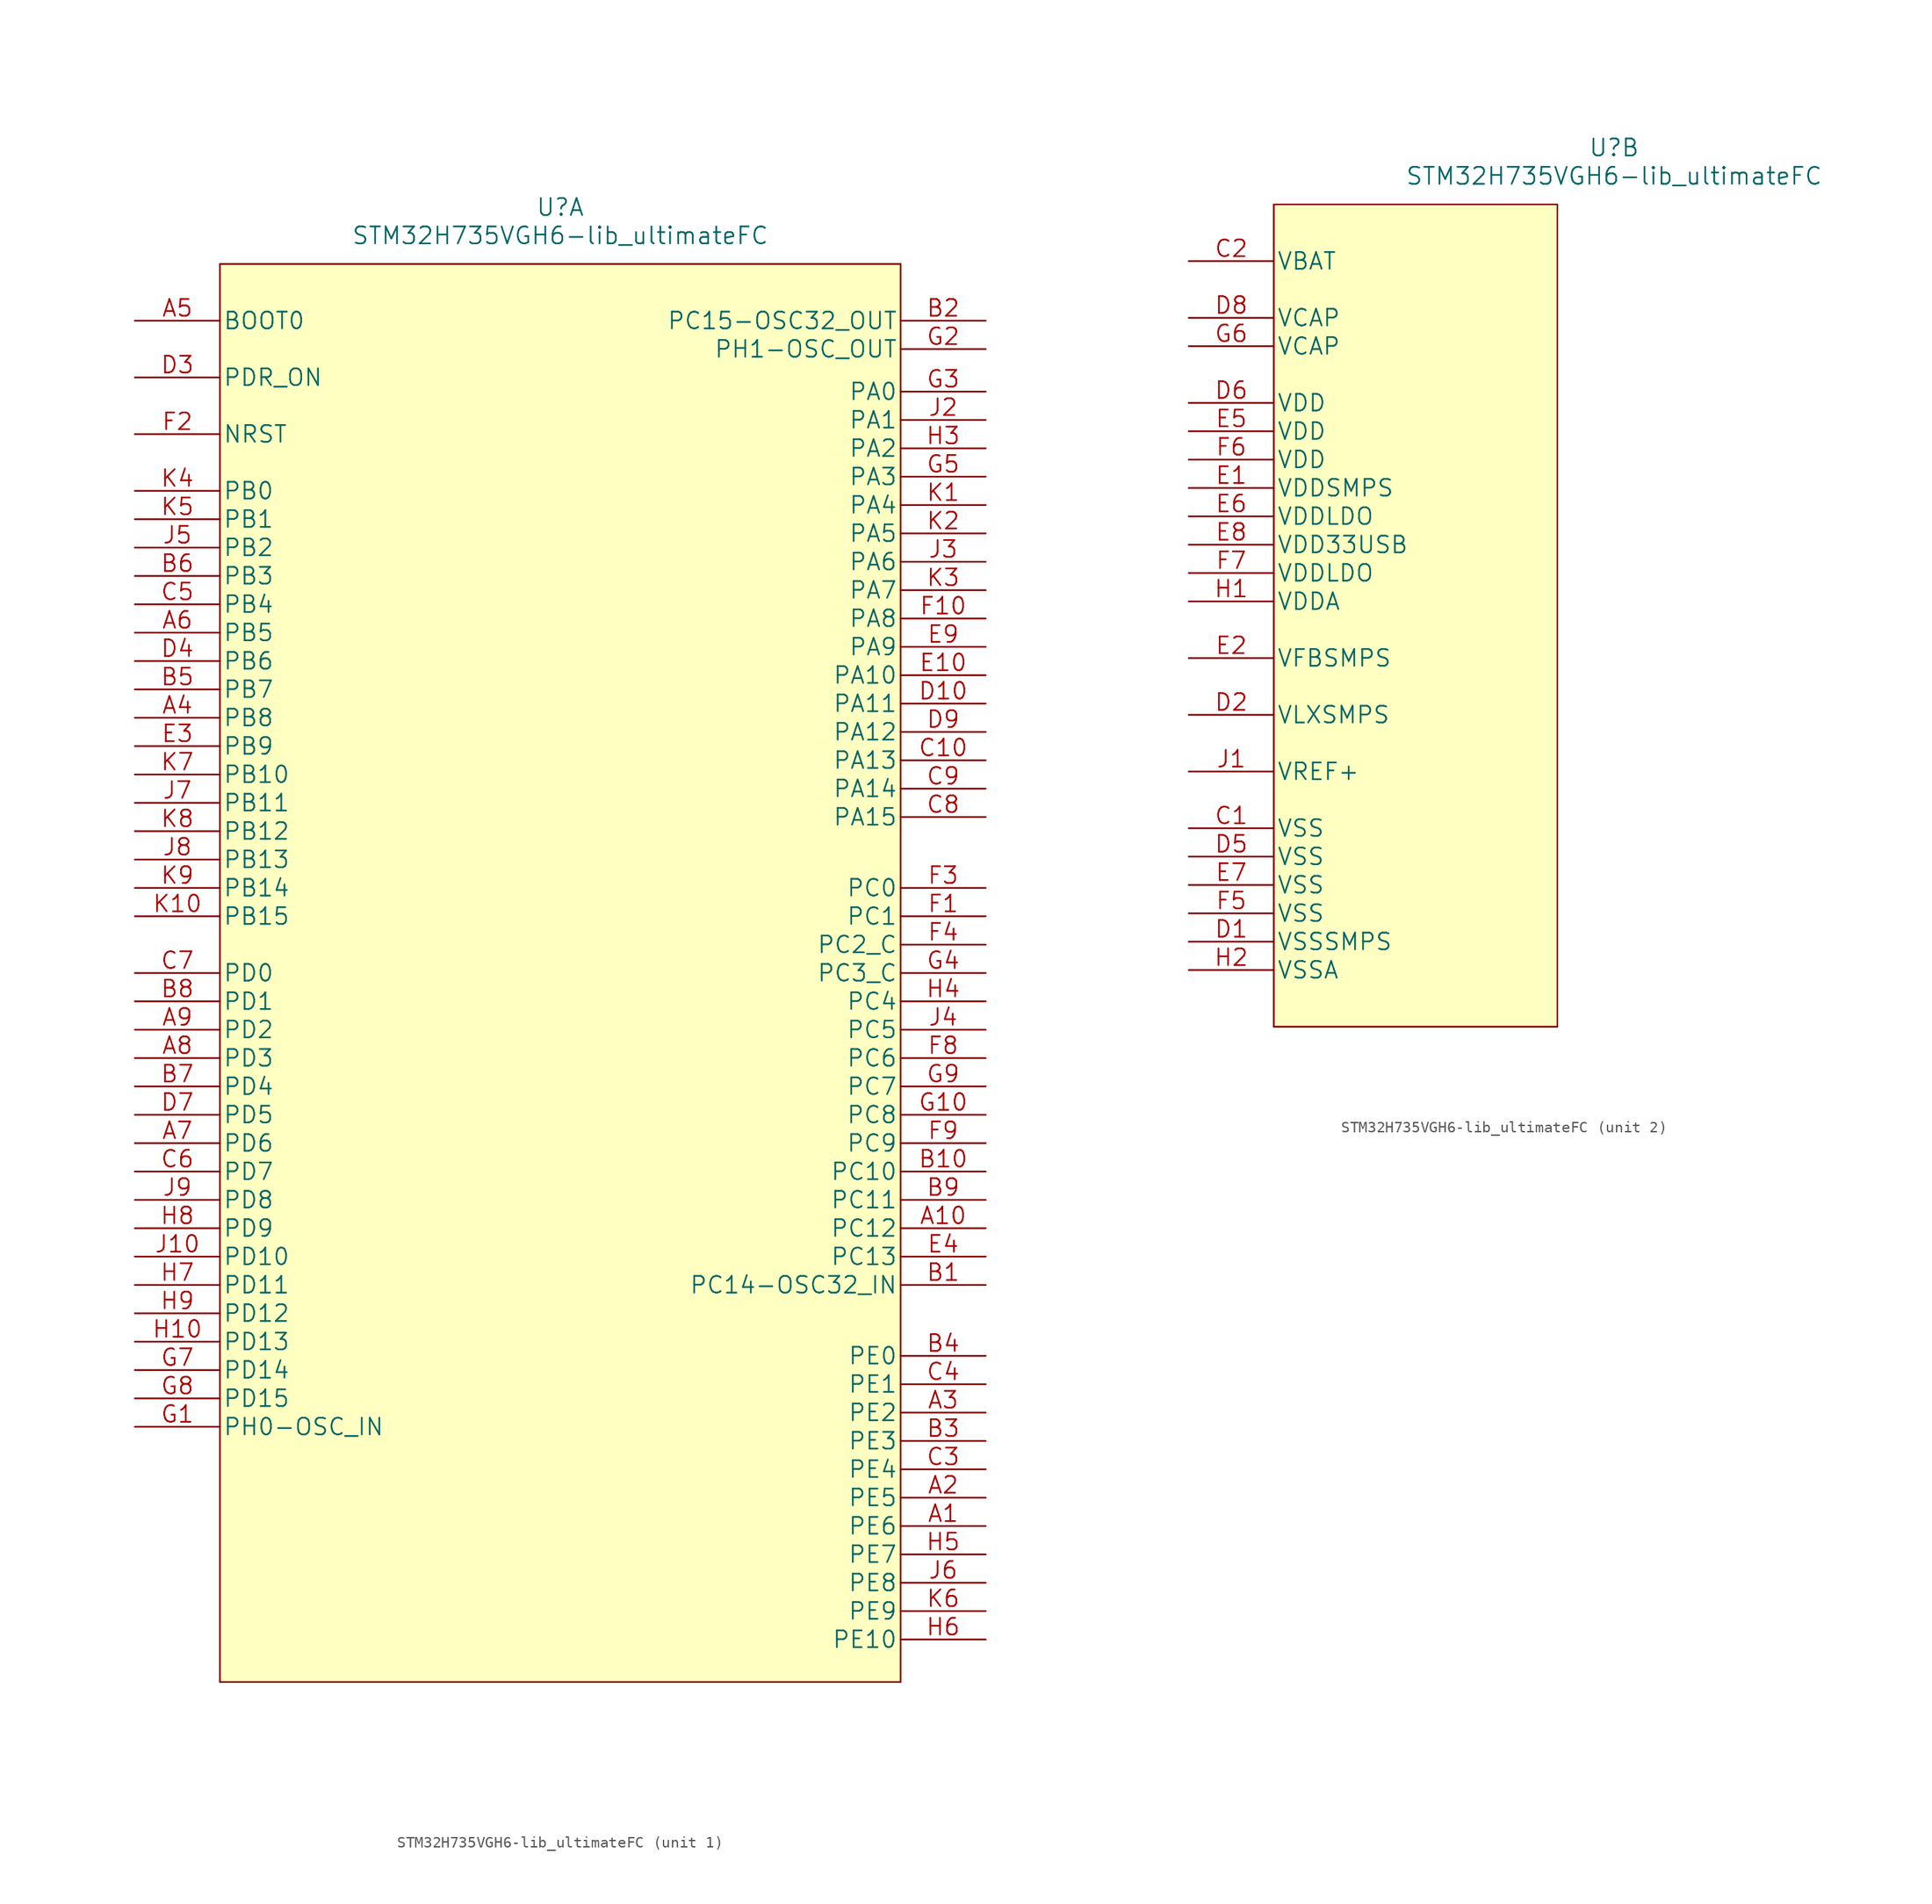
<source format=kicad_sym>
(kicad_symbol_lib
  (version 20211014)
  (generator kicad_symbol_editor)
  (symbol "STM32H735VGH6-lib_ultimateFC"
    (pin_names
      (offset 0.254))
    (property "Reference" "U"
      (at 38.1 10.16 0)
      (effects (font (size 1.524 1.524))))
    (property "Value" "STM32H735VGH6-lib_ultimateFC"
      (at 38.1 7.62 0)
      (effects (font (size 1.524 1.524))))
    (property "Datasheet" ""
      (at 0 0 0)
      (effects (font (size 1.524 1.524))))
    (property "ki_locked" ""
      (at 0 0 0)
      (effects (font (size 1.27 1.27))))
    (symbol "STM32H735VGH6-lib_ultimateFC_1_1"
      (polyline (pts (xy 7.62 -121.92) (xy 68.58 -121.92)) (stroke (width 0.127) (type default) (color 0 0 0 0)) (fill (type background)))
      (polyline (pts (xy 7.62 5.08) (xy 7.62 -121.92)) (stroke (width 0.127) (type default) (color 0 0 0 0)) (fill (type none)))
      (polyline (pts (xy 68.58 -121.92) (xy 68.58 5.08)) (stroke (width 0.127) (type default) (color 0 0 0 0)) (fill (type none)))
      (polyline (pts (xy 68.58 5.08) (xy 7.62 5.08)) (stroke (width 0.127) (type default) (color 0 0 0 0)) (fill (type none)))
      (rectangle (start 7.62 5.08) (end 68.58 -121.92) (stroke (width 0.127) (type default) (color 0 0 0 0)) (fill (type background)))
      (pin bidirectional line (at 76.2 -107.95 180) (length 7.62) (name "PE6" (effects (font (size 1.499 1.499)))) (number "A1" (effects (font (size 1.499 1.499)))))
      (pin bidirectional line (at 76.2 -81.28 180) (length 7.62) (name "PC12" (effects (font (size 1.499 1.499)))) (number "A10" (effects (font (size 1.499 1.499)))))
      (pin bidirectional line (at 76.2 -105.41 180) (length 7.62) (name "PE5" (effects (font (size 1.499 1.499)))) (number "A2" (effects (font (size 1.499 1.499)))))
      (pin bidirectional line (at 76.2 -97.79 180) (length 7.62) (name "PE2" (effects (font (size 1.499 1.499)))) (number "A3" (effects (font (size 1.499 1.499)))))
      (pin bidirectional line (at 0 -35.56 0) (length 7.62) (name "PB8" (effects (font (size 1.499 1.499)))) (number "A4" (effects (font (size 1.499 1.499)))))
      (pin input line (at 0 0 0) (length 7.62) (name "BOOT0" (effects (font (size 1.499 1.499)))) (number "A5" (effects (font (size 1.499 1.499)))))
      (pin bidirectional line (at 0 -27.94 0) (length 7.62) (name "PB5" (effects (font (size 1.499 1.499)))) (number "A6" (effects (font (size 1.499 1.499)))))
      (pin bidirectional line (at 0 -73.66 0) (length 7.62) (name "PD6" (effects (font (size 1.499 1.499)))) (number "A7" (effects (font (size 1.499 1.499)))))
      (pin bidirectional line (at 0 -66.04 0) (length 7.62) (name "PD3" (effects (font (size 1.499 1.499)))) (number "A8" (effects (font (size 1.499 1.499)))))
      (pin bidirectional line (at 0 -63.5 0) (length 7.62) (name "PD2" (effects (font (size 1.499 1.499)))) (number "A9" (effects (font (size 1.499 1.499)))))
      (pin bidirectional line (at 76.2 -86.36 180) (length 7.62) (name "PC14-OSC32_IN" (effects (font (size 1.499 1.499)))) (number "B1" (effects (font (size 1.499 1.499)))))
      (pin bidirectional line (at 76.2 -76.2 180) (length 7.62) (name "PC10" (effects (font (size 1.499 1.499)))) (number "B10" (effects (font (size 1.499 1.499)))))
      (pin bidirectional line (at 76.2 0 180) (length 7.62) (name "PC15-OSC32_OUT" (effects (font (size 1.499 1.499)))) (number "B2" (effects (font (size 1.499 1.499)))))
      (pin bidirectional line (at 76.2 -100.33 180) (length 7.62) (name "PE3" (effects (font (size 1.499 1.499)))) (number "B3" (effects (font (size 1.499 1.499)))))
      (pin bidirectional line (at 76.2 -92.71 180) (length 7.62) (name "PE0" (effects (font (size 1.499 1.499)))) (number "B4" (effects (font (size 1.499 1.499)))))
      (pin bidirectional line (at 0 -33.02 0) (length 7.62) (name "PB7" (effects (font (size 1.499 1.499)))) (number "B5" (effects (font (size 1.499 1.499)))))
      (pin bidirectional line (at 0 -22.86 0) (length 7.62) (name "PB3" (effects (font (size 1.499 1.499)))) (number "B6" (effects (font (size 1.499 1.499)))))
      (pin bidirectional line (at 0 -68.58 0) (length 7.62) (name "PD4" (effects (font (size 1.499 1.499)))) (number "B7" (effects (font (size 1.499 1.499)))))
      (pin bidirectional line (at 0 -60.96 0) (length 7.62) (name "PD1" (effects (font (size 1.499 1.499)))) (number "B8" (effects (font (size 1.499 1.499)))))
      (pin bidirectional line (at 76.2 -78.74 180) (length 7.62) (name "PC11" (effects (font (size 1.499 1.499)))) (number "B9" (effects (font (size 1.499 1.499)))))
      (pin bidirectional line (at 76.2 -39.37 180) (length 7.62) (name "PA13" (effects (font (size 1.499 1.499)))) (number "C10" (effects (font (size 1.499 1.499)))))
      (pin bidirectional line (at 76.2 -102.87 180) (length 7.62) (name "PE4" (effects (font (size 1.499 1.499)))) (number "C3" (effects (font (size 1.499 1.499)))))
      (pin bidirectional line (at 76.2 -95.25 180) (length 7.62) (name "PE1" (effects (font (size 1.499 1.499)))) (number "C4" (effects (font (size 1.499 1.499)))))
      (pin bidirectional line (at 0 -25.4 0) (length 7.62) (name "PB4" (effects (font (size 1.499 1.499)))) (number "C5" (effects (font (size 1.499 1.499)))))
      (pin bidirectional line (at 0 -76.2 0) (length 7.62) (name "PD7" (effects (font (size 1.499 1.499)))) (number "C6" (effects (font (size 1.499 1.499)))))
      (pin bidirectional line (at 0 -58.42 0) (length 7.62) (name "PD0" (effects (font (size 1.499 1.499)))) (number "C7" (effects (font (size 1.499 1.499)))))
      (pin bidirectional line (at 76.2 -44.45 180) (length 7.62) (name "PA15" (effects (font (size 1.499 1.499)))) (number "C8" (effects (font (size 1.499 1.499)))))
      (pin bidirectional line (at 76.2 -41.91 180) (length 7.62) (name "PA14" (effects (font (size 1.499 1.499)))) (number "C9" (effects (font (size 1.499 1.499)))))
      (pin bidirectional line (at 76.2 -34.29 180) (length 7.62) (name "PA11" (effects (font (size 1.499 1.499)))) (number "D10" (effects (font (size 1.499 1.499)))))
      (pin input line (at 0 -5.08 0) (length 7.62) (name "PDR_ON" (effects (font (size 1.499 1.499)))) (number "D3" (effects (font (size 1.499 1.499)))))
      (pin bidirectional line (at 0 -30.48 0) (length 7.62) (name "PB6" (effects (font (size 1.499 1.499)))) (number "D4" (effects (font (size 1.499 1.499)))))
      (pin bidirectional line (at 0 -71.12 0) (length 7.62) (name "PD5" (effects (font (size 1.499 1.499)))) (number "D7" (effects (font (size 1.499 1.499)))))
      (pin bidirectional line (at 76.2 -36.83 180) (length 7.62) (name "PA12" (effects (font (size 1.499 1.499)))) (number "D9" (effects (font (size 1.499 1.499)))))
      (pin bidirectional line (at 76.2 -31.75 180) (length 7.62) (name "PA10" (effects (font (size 1.499 1.499)))) (number "E10" (effects (font (size 1.499 1.499)))))
      (pin bidirectional line (at 0 -38.1 0) (length 7.62) (name "PB9" (effects (font (size 1.499 1.499)))) (number "E3" (effects (font (size 1.499 1.499)))))
      (pin bidirectional line (at 76.2 -83.82 180) (length 7.62) (name "PC13" (effects (font (size 1.499 1.499)))) (number "E4" (effects (font (size 1.499 1.499)))))
      (pin bidirectional line (at 76.2 -29.21 180) (length 7.62) (name "PA9" (effects (font (size 1.499 1.499)))) (number "E9" (effects (font (size 1.499 1.499)))))
      (pin bidirectional line (at 76.2 -53.34 180) (length 7.62) (name "PC1" (effects (font (size 1.499 1.499)))) (number "F1" (effects (font (size 1.499 1.499)))))
      (pin bidirectional line (at 76.2 -26.67 180) (length 7.62) (name "PA8" (effects (font (size 1.499 1.499)))) (number "F10" (effects (font (size 1.499 1.499)))))
      (pin bidirectional line (at 0 -10.16 0) (length 7.62) (name "NRST" (effects (font (size 1.499 1.499)))) (number "F2" (effects (font (size 1.499 1.499)))))
      (pin bidirectional line (at 76.2 -50.8 180) (length 7.62) (name "PC0" (effects (font (size 1.499 1.499)))) (number "F3" (effects (font (size 1.499 1.499)))))
      (pin bidirectional line (at 76.2 -55.88 180) (length 7.62) (name "PC2_C" (effects (font (size 1.499 1.499)))) (number "F4" (effects (font (size 1.499 1.499)))))
      (pin bidirectional line (at 76.2 -66.04 180) (length 7.62) (name "PC6" (effects (font (size 1.499 1.499)))) (number "F8" (effects (font (size 1.499 1.499)))))
      (pin bidirectional line (at 76.2 -73.66 180) (length 7.62) (name "PC9" (effects (font (size 1.499 1.499)))) (number "F9" (effects (font (size 1.499 1.499)))))
      (pin bidirectional line (at 0 -99.06 0) (length 7.62) (name "PH0-OSC_IN" (effects (font (size 1.499 1.499)))) (number "G1" (effects (font (size 1.499 1.499)))))
      (pin bidirectional line (at 76.2 -71.12 180) (length 7.62) (name "PC8" (effects (font (size 1.499 1.499)))) (number "G10" (effects (font (size 1.499 1.499)))))
      (pin bidirectional line (at 76.2 -2.54 180) (length 7.62) (name "PH1-OSC_OUT" (effects (font (size 1.499 1.499)))) (number "G2" (effects (font (size 1.499 1.499)))))
      (pin bidirectional line (at 76.2 -6.35 180) (length 7.62) (name "PA0" (effects (font (size 1.499 1.499)))) (number "G3" (effects (font (size 1.499 1.499)))))
      (pin bidirectional line (at 76.2 -58.42 180) (length 7.62) (name "PC3_C" (effects (font (size 1.499 1.499)))) (number "G4" (effects (font (size 1.499 1.499)))))
      (pin bidirectional line (at 76.2 -13.97 180) (length 7.62) (name "PA3" (effects (font (size 1.499 1.499)))) (number "G5" (effects (font (size 1.499 1.499)))))
      (pin bidirectional line (at 0 -93.98 0) (length 7.62) (name "PD14" (effects (font (size 1.499 1.499)))) (number "G7" (effects (font (size 1.499 1.499)))))
      (pin bidirectional line (at 0 -96.52 0) (length 7.62) (name "PD15" (effects (font (size 1.499 1.499)))) (number "G8" (effects (font (size 1.499 1.499)))))
      (pin bidirectional line (at 76.2 -68.58 180) (length 7.62) (name "PC7" (effects (font (size 1.499 1.499)))) (number "G9" (effects (font (size 1.499 1.499)))))
      (pin bidirectional line (at 0 -91.44 0) (length 7.62) (name "PD13" (effects (font (size 1.499 1.499)))) (number "H10" (effects (font (size 1.499 1.499)))))
      (pin bidirectional line (at 76.2 -11.43 180) (length 7.62) (name "PA2" (effects (font (size 1.499 1.499)))) (number "H3" (effects (font (size 1.499 1.499)))))
      (pin bidirectional line (at 76.2 -60.96 180) (length 7.62) (name "PC4" (effects (font (size 1.499 1.499)))) (number "H4" (effects (font (size 1.499 1.499)))))
      (pin bidirectional line (at 76.2 -110.49 180) (length 7.62) (name "PE7" (effects (font (size 1.499 1.499)))) (number "H5" (effects (font (size 1.499 1.499)))))
      (pin bidirectional line (at 76.2 -118.11 180) (length 7.62) (name "PE10" (effects (font (size 1.499 1.499)))) (number "H6" (effects (font (size 1.499 1.499)))))
      (pin bidirectional line (at 0 -86.36 0) (length 7.62) (name "PD11" (effects (font (size 1.499 1.499)))) (number "H7" (effects (font (size 1.499 1.499)))))
      (pin bidirectional line (at 0 -81.28 0) (length 7.62) (name "PD9" (effects (font (size 1.499 1.499)))) (number "H8" (effects (font (size 1.499 1.499)))))
      (pin bidirectional line (at 0 -88.9 0) (length 7.62) (name "PD12" (effects (font (size 1.499 1.499)))) (number "H9" (effects (font (size 1.499 1.499)))))
      (pin bidirectional line (at 0 -83.82 0) (length 7.62) (name "PD10" (effects (font (size 1.499 1.499)))) (number "J10" (effects (font (size 1.499 1.499)))))
      (pin bidirectional line (at 76.2 -8.89 180) (length 7.62) (name "PA1" (effects (font (size 1.499 1.499)))) (number "J2" (effects (font (size 1.499 1.499)))))
      (pin bidirectional line (at 76.2 -21.59 180) (length 7.62) (name "PA6" (effects (font (size 1.499 1.499)))) (number "J3" (effects (font (size 1.499 1.499)))))
      (pin bidirectional line (at 76.2 -63.5 180) (length 7.62) (name "PC5" (effects (font (size 1.499 1.499)))) (number "J4" (effects (font (size 1.499 1.499)))))
      (pin bidirectional line (at 0 -20.32 0) (length 7.62) (name "PB2" (effects (font (size 1.499 1.499)))) (number "J5" (effects (font (size 1.499 1.499)))))
      (pin bidirectional line (at 76.2 -113.03 180) (length 7.62) (name "PE8" (effects (font (size 1.499 1.499)))) (number "J6" (effects (font (size 1.499 1.499)))))
      (pin bidirectional line (at 0 -43.18 0) (length 7.62) (name "PB11" (effects (font (size 1.499 1.499)))) (number "J7" (effects (font (size 1.499 1.499)))))
      (pin bidirectional line (at 0 -48.26 0) (length 7.62) (name "PB13" (effects (font (size 1.499 1.499)))) (number "J8" (effects (font (size 1.499 1.499)))))
      (pin bidirectional line (at 0 -78.74 0) (length 7.62) (name "PD8" (effects (font (size 1.499 1.499)))) (number "J9" (effects (font (size 1.499 1.499)))))
      (pin bidirectional line (at 76.2 -16.51 180) (length 7.62) (name "PA4" (effects (font (size 1.499 1.499)))) (number "K1" (effects (font (size 1.499 1.499)))))
      (pin bidirectional line (at 0 -53.34 0) (length 7.62) (name "PB15" (effects (font (size 1.499 1.499)))) (number "K10" (effects (font (size 1.499 1.499)))))
      (pin bidirectional line (at 76.2 -19.05 180) (length 7.62) (name "PA5" (effects (font (size 1.499 1.499)))) (number "K2" (effects (font (size 1.499 1.499)))))
      (pin bidirectional line (at 76.2 -24.13 180) (length 7.62) (name "PA7" (effects (font (size 1.499 1.499)))) (number "K3" (effects (font (size 1.499 1.499)))))
      (pin bidirectional line (at 0 -15.24 0) (length 7.62) (name "PB0" (effects (font (size 1.499 1.499)))) (number "K4" (effects (font (size 1.499 1.499)))))
      (pin bidirectional line (at 0 -17.78 0) (length 7.62) (name "PB1" (effects (font (size 1.499 1.499)))) (number "K5" (effects (font (size 1.499 1.499)))))
      (pin bidirectional line (at 76.2 -115.57 180) (length 7.62) (name "PE9" (effects (font (size 1.499 1.499)))) (number "K6" (effects (font (size 1.499 1.499)))))
      (pin bidirectional line (at 0 -40.64 0) (length 7.62) (name "PB10" (effects (font (size 1.499 1.499)))) (number "K7" (effects (font (size 1.499 1.499)))))
      (pin bidirectional line (at 0 -45.72 0) (length 7.62) (name "PB12" (effects (font (size 1.499 1.499)))) (number "K8" (effects (font (size 1.499 1.499)))))
      (pin bidirectional line (at 0 -50.8 0) (length 7.62) (name "PB14" (effects (font (size 1.499 1.499)))) (number "K9" (effects (font (size 1.499 1.499))))))
    (symbol "STM32H735VGH6-lib_ultimateFC_2_1"
      (polyline (pts (xy 7.62 -68.58) (xy 33.02 -68.58)) (stroke (width 0.127) (type default) (color 0 0 0 0)) (fill (type none)))
      (polyline (pts (xy 7.62 5.08) (xy 7.62 -68.58)) (stroke (width 0.127) (type default) (color 0 0 0 0)) (fill (type none)))
      (polyline (pts (xy 33.02 -68.58) (xy 33.02 5.08)) (stroke (width 0.127) (type default) (color 0 0 0 0)) (fill (type none)))
      (polyline (pts (xy 33.02 5.08) (xy 7.62 5.08)) (stroke (width 0.127) (type default) (color 0 0 0 0)) (fill (type none)))
      (rectangle (start 7.62 5.08) (end 33.02 -68.58) (stroke (width 0.127) (type default) (color 0 0 0 0)) (fill (type background)))
      (pin power_in line (at 0 -50.8 0) (length 7.62) (name "VSS" (effects (font (size 1.499 1.499)))) (number "C1" (effects (font (size 1.499 1.499)))))
      (pin power_in line (at 0 0 0) (length 7.62) (name "VBAT" (effects (font (size 1.499 1.499)))) (number "C2" (effects (font (size 1.499 1.499)))))
      (pin power_in line (at 0 -60.96 0) (length 7.62) (name "VSSSMPS" (effects (font (size 1.499 1.499)))) (number "D1" (effects (font (size 1.499 1.499)))))
      (pin power_in line (at 0 -40.64 0) (length 7.62) (name "VLXSMPS" (effects (font (size 1.499 1.499)))) (number "D2" (effects (font (size 1.499 1.499)))))
      (pin power_in line (at 0 -53.34 0) (length 7.62) (name "VSS" (effects (font (size 1.499 1.499)))) (number "D5" (effects (font (size 1.499 1.499)))))
      (pin power_in line (at 0 -12.7 0) (length 7.62) (name "VDD" (effects (font (size 1.499 1.499)))) (number "D6" (effects (font (size 1.499 1.499)))))
      (pin power_in line (at 0 -5.08 0) (length 7.62) (name "VCAP" (effects (font (size 1.499 1.499)))) (number "D8" (effects (font (size 1.499 1.499)))))
      (pin power_in line (at 0 -20.32 0) (length 7.62) (name "VDDSMPS" (effects (font (size 1.499 1.499)))) (number "E1" (effects (font (size 1.499 1.499)))))
      (pin power_in line (at 0 -35.56 0) (length 7.62) (name "VFBSMPS" (effects (font (size 1.499 1.499)))) (number "E2" (effects (font (size 1.499 1.499)))))
      (pin power_in line (at 0 -15.24 0) (length 7.62) (name "VDD" (effects (font (size 1.499 1.499)))) (number "E5" (effects (font (size 1.499 1.499)))))
      (pin power_in line (at 0 -22.86 0) (length 7.62) (name "VDDLDO" (effects (font (size 1.499 1.499)))) (number "E6" (effects (font (size 1.499 1.499)))))
      (pin power_in line (at 0 -55.88 0) (length 7.62) (name "VSS" (effects (font (size 1.499 1.499)))) (number "E7" (effects (font (size 1.499 1.499)))))
      (pin power_in line (at 0 -25.4 0) (length 7.62) (name "VDD33USB" (effects (font (size 1.499 1.499)))) (number "E8" (effects (font (size 1.499 1.499)))))
      (pin power_in line (at 0 -58.42 0) (length 7.62) (name "VSS" (effects (font (size 1.499 1.499)))) (number "F5" (effects (font (size 1.499 1.499)))))
      (pin power_in line (at 0 -17.78 0) (length 7.62) (name "VDD" (effects (font (size 1.499 1.499)))) (number "F6" (effects (font (size 1.499 1.499)))))
      (pin power_in line (at 0 -27.94 0) (length 7.62) (name "VDDLDO" (effects (font (size 1.499 1.499)))) (number "F7" (effects (font (size 1.499 1.499)))))
      (pin power_in line (at 0 -7.62 0) (length 7.62) (name "VCAP" (effects (font (size 1.499 1.499)))) (number "G6" (effects (font (size 1.499 1.499)))))
      (pin power_in line (at 0 -30.48 0) (length 7.62) (name "VDDA" (effects (font (size 1.499 1.499)))) (number "H1" (effects (font (size 1.499 1.499)))))
      (pin power_in line (at 0 -63.5 0) (length 7.62) (name "VSSA" (effects (font (size 1.499 1.499)))) (number "H2" (effects (font (size 1.499 1.499)))))
      (pin power_in line (at 0 -45.72 0) (length 7.62) (name "VREF+" (effects (font (size 1.499 1.499)))) (number "J1" (effects (font (size 1.499 1.499))))))))
</source>
